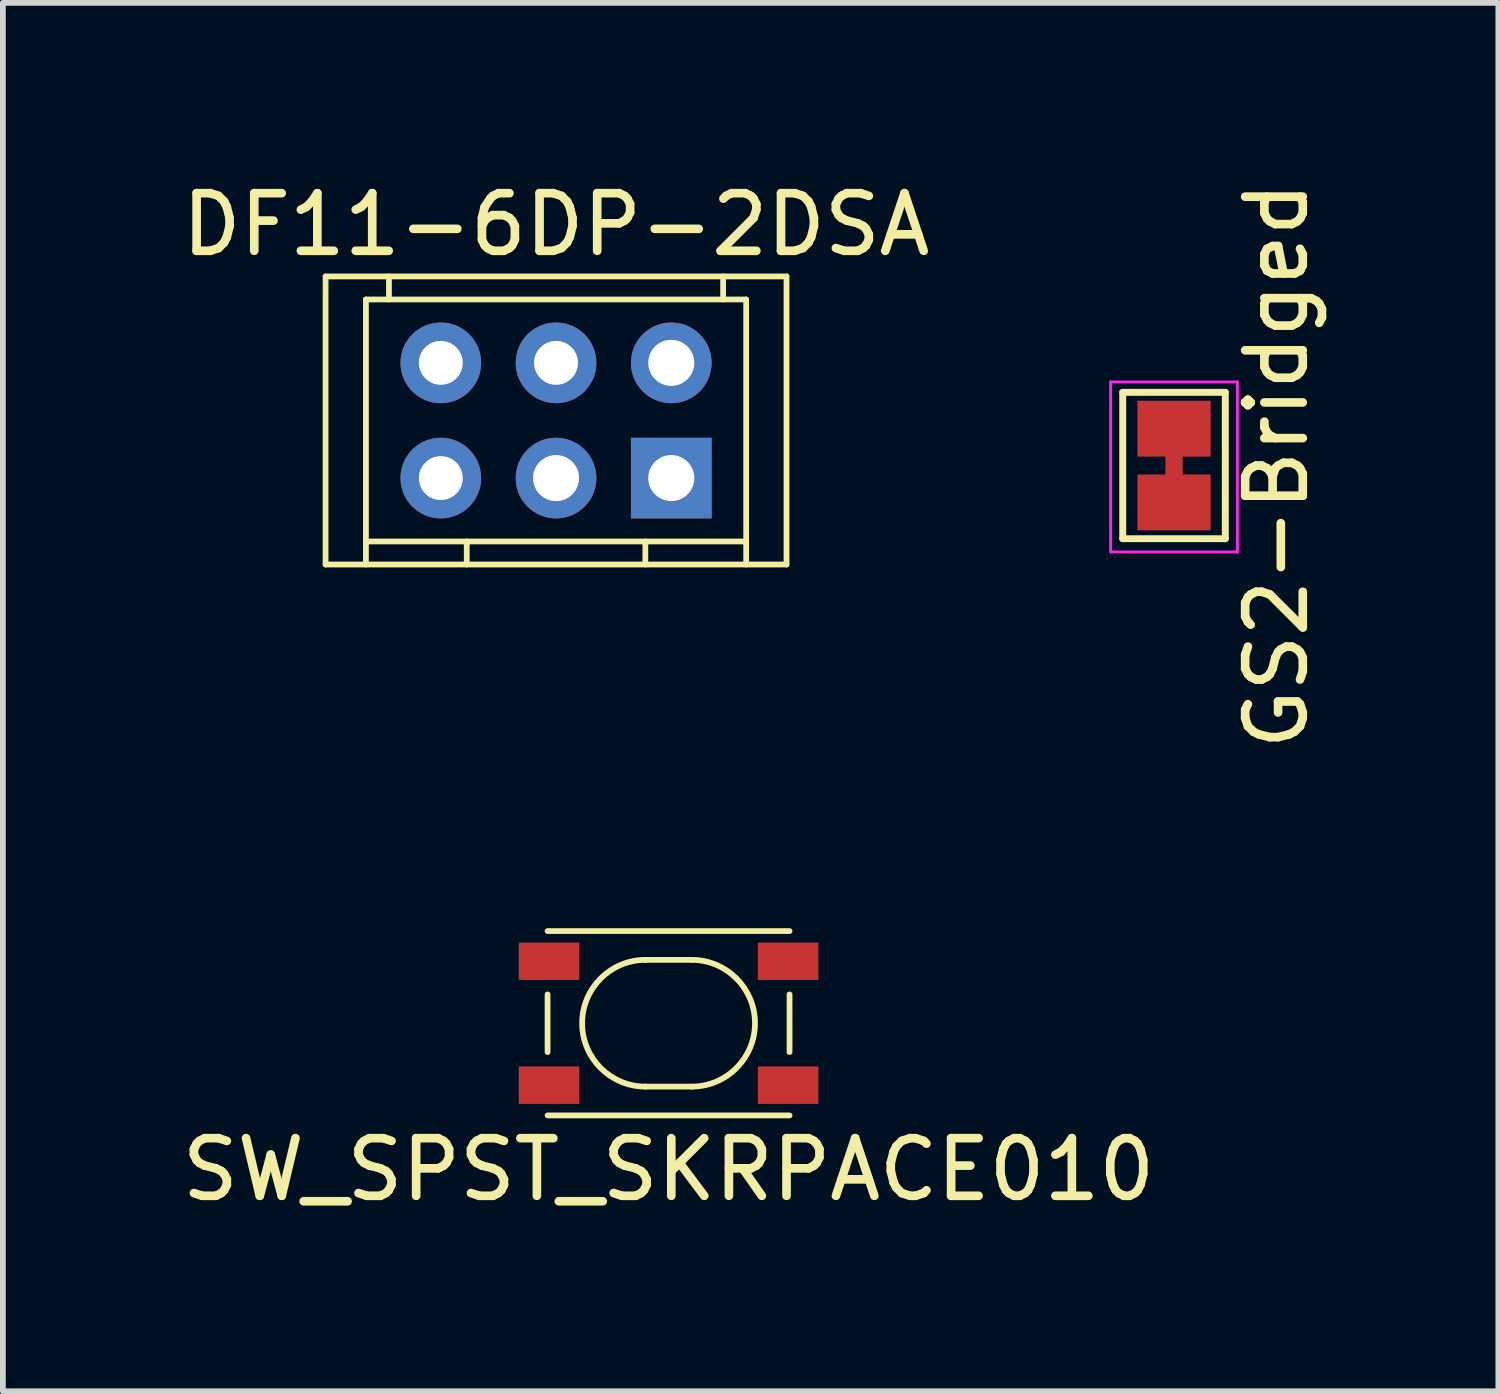
<source format=kicad_pcb>
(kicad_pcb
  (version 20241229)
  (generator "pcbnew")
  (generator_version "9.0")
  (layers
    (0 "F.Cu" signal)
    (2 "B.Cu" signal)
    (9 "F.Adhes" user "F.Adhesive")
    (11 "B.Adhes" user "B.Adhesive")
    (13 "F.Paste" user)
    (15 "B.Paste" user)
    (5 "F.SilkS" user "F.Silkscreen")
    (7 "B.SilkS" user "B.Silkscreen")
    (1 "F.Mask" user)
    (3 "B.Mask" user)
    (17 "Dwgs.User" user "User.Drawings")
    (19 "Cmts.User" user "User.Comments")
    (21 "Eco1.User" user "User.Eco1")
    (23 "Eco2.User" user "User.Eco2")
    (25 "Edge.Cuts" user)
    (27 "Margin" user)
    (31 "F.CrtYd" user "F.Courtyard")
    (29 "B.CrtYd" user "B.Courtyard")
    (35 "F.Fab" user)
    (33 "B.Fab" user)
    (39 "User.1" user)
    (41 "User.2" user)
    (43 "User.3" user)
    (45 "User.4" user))
  (footprint "DF11-6DP-2DSA"
    (layer "F.Cu")
    (at 6.601 5.248)
    (property "Reference" "DF11-6DP-2DSA" (at 0 -4.4 0) (layer "F.SilkS") (effects (font (size 1 1) (thickness 0.15))))
    (attr through_hole)
    (fp_line (start -4 -3.5) (end 4 -3.5) (stroke (width 0.1) (type solid)) (layer "F.SilkS"))
    (fp_line (start -4 1.5) (end -4 -3.5) (stroke (width 0.1) (type solid)) (layer "F.SilkS"))
    (fp_line (start -4 1.5) (end 4 1.5) (stroke (width 0.1) (type solid)) (layer "F.SilkS"))
    (fp_line (start -3.3 -3.1) (end -3.3 1.5) (stroke (width 0.1) (type solid)) (layer "F.SilkS"))
    (fp_line (start -3.3 -3.1) (end 3.3 -3.1) (stroke (width 0.1) (type solid)) (layer "F.SilkS"))
    (fp_line (start -3.3 1.1) (end 3.3 1.1) (stroke (width 0.1) (type solid)) (layer "F.SilkS"))
    (fp_line (start -2.9 -3.1) (end -2.9 -3.5) (stroke (width 0.1) (type solid)) (layer "F.SilkS"))
    (fp_line (start -1.55 1.1) (end -1.55 1.5) (stroke (width 0.1) (type solid)) (layer "F.SilkS"))
    (fp_line (start 1.55 1.1) (end 1.55 1.5) (stroke (width 0.1) (type solid)) (layer "F.SilkS"))
    (fp_line (start 2.9 -3.1) (end 2.9 -3.5) (stroke (width 0.1) (type solid)) (layer "F.SilkS"))
    (fp_line (start 3.3 1.5) (end 3.3 -3.1) (stroke (width 0.1) (type solid)) (layer "F.SilkS"))
    (fp_line (start 4 1.5) (end 4 -3.5) (stroke (width 0.1) (type solid)) (layer "F.SilkS"))
    (pad "1" thru_hole rect (at 2 0) (size 1.4 1.4) (drill 0.8) (layers "*.Cu" "*.Mask"))
    (pad "2" thru_hole circle (at 2 -2) (size 1.4 1.4) (drill 0.8) (layers "*.Cu" "*.Mask"))
    (pad "3" thru_hole circle (at 0 0) (size 1.4 1.4) (drill 0.8) (layers "*.Cu" "*.Mask"))
    (pad "4" thru_hole circle (at 0 -2) (size 1.4 1.4) (drill 0.762) (layers "*.Cu" "*.Mask"))
    (pad "5" thru_hole circle (at -2 0) (size 1.4 1.4) (drill 0.762) (layers "*.Cu" "*.Mask"))
    (pad "6" thru_hole circle (at -2 -2) (size 1.4 1.4) (drill 0.762) (layers "*.Cu" "*.Mask")))
  (footprint "SW_SPST_SKRPACE010"
    (layer "F.Cu")
    (at 8.554 14.71)
    (property "Reference" "SW_SPST_SKRPACE010" (at 0 2.54 0) (layer "F.SilkS") (effects (font (size 1 1) (thickness 0.15))))
    (attr through_hole)
    (fp_line (start -2.1 -0.5) (end -2.1 0.5) (stroke (width 0.1) (type solid)) (layer "F.SilkS"))
    (fp_line (start -2.1 1.6) (end 2.1 1.6) (stroke (width 0.1) (type solid)) (layer "F.SilkS"))
    (fp_line (start -0.4 1.1) (end 0.4 1.1) (stroke (width 0.1) (type solid)) (layer "F.SilkS"))
    (fp_line (start 0.4 -1.1) (end -0.4 -1.1) (stroke (width 0.1) (type solid)) (layer "F.SilkS"))
    (fp_line (start 2.1 -1.6) (end -2.1 -1.6) (stroke (width 0.1) (type solid)) (layer "F.SilkS"))
    (fp_line (start 2.1 -0.5) (end 2.1 0.5) (stroke (width 0.1) (type solid)) (layer "F.SilkS"))
    (fp_arc (start -0.4 1.1) (mid -1.5 0) (end -0.4 -1.1) (stroke (width 0.1) (type solid)) (layer "F.SilkS"))
    (fp_arc (start 0.4 -1.1) (mid 1.5 0) (end 0.4 1.1) (stroke (width 0.1) (type solid)) (layer "F.SilkS"))
    (pad "1" smd rect (at -2.075 -1.075) (size 1.05 0.65) (layers "F.Cu" "F.Mask" "F.Paste"))
    (pad "2" smd rect (at 2.075 -1.075) (size 1.05 0.65) (layers "F.Cu" "F.Mask" "F.Paste"))
    (pad "3" smd rect (at -2.075 1.075) (size 1.05 0.65) (layers "F.Cu" "F.Mask" "F.Paste"))
    (pad "4" smd rect (at 2.075 1.075) (size 1.05 0.65) (layers "F.Cu" "F.Mask" "F.Paste")))
  (footprint "GS2-Bridged"
    (layer "F.Cu")
    (at 17.327 5.03)
    (property "Reference" "GS2-Bridged" (at 1.78 0 90) (layer "F.SilkS") (effects (font (size 1 1) (thickness 0.15))))
    (attr smd)
    (fp_line (start 0 -0.5) (end 0 0.5) (stroke (width 0.3) (type solid)) (layer "F.Cu"))
    (fp_line (start -0.89 -1.27) (end -0.89 1.27) (stroke (width 0.12) (type solid)) (layer "F.SilkS"))
    (fp_line (start -0.89 -1.27) (end 0.89 -1.27) (stroke (width 0.12) (type solid)) (layer "F.SilkS"))
    (fp_line (start 0.89 1.27) (end -0.89 1.27) (stroke (width 0.12) (type solid)) (layer "F.SilkS"))
    (fp_line (start 0.89 1.27) (end 0.89 -1.27) (stroke (width 0.12) (type solid)) (layer "F.SilkS"))
    (fp_line (start -1.1 -1.45) (end 1.1 -1.45) (stroke (width 0.05) (type solid)) (layer "F.CrtYd"))
    (fp_line (start -1.1 1.5) (end -1.1 -1.45) (stroke (width 0.05) (type solid)) (layer "F.CrtYd"))
    (fp_line (start 1.1 -1.45) (end 1.1 1.5) (stroke (width 0.05) (type solid)) (layer "F.CrtYd"))
    (fp_line (start 1.1 1.5) (end -1.1 1.5) (stroke (width 0.05) (type solid)) (layer "F.CrtYd"))
    (pad "1" smd rect (at 0 -0.64) (size 1.27 0.97) (layers "F.Cu" "F.Mask" "F.Paste"))
    (pad "2" smd rect (at 0 0.64) (size 1.27 0.97) (layers "F.Cu" "F.Mask" "F.Paste")))
  (gr_rect
    (start -3 -3)
    (end 22.956 21.098)
    (stroke (width 0.1) (type default))
    (fill no)
    (layer "Edge.Cuts")))
</source>
